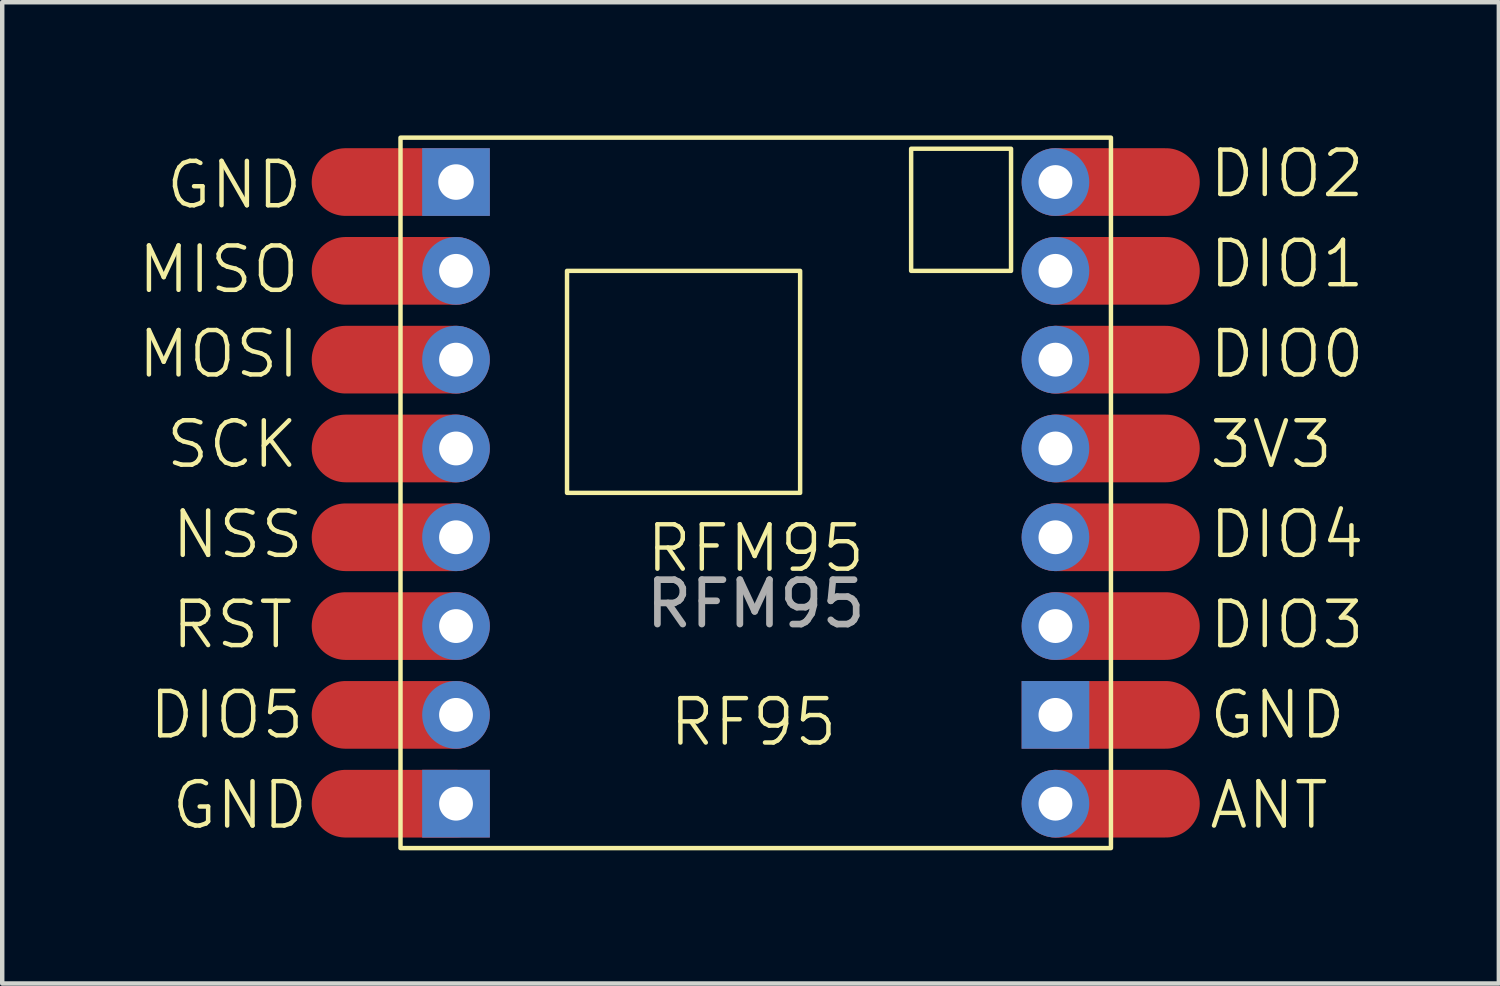
<source format=kicad_pcb>
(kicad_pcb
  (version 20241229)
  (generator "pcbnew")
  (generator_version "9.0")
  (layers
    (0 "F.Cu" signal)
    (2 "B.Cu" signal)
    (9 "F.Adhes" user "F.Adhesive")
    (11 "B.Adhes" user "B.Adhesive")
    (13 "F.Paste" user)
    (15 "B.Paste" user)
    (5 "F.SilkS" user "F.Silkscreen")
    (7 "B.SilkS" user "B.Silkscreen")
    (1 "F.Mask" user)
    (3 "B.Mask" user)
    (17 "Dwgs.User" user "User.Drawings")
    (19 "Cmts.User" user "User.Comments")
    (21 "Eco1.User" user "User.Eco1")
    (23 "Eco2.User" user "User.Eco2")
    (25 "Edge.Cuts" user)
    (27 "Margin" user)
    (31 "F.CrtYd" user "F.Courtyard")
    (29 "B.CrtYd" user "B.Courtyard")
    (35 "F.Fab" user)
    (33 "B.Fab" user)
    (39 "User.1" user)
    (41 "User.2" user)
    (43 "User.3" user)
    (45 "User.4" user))
  (footprint "RFM95"
    (layer "F.Cu")
    (at 13.97 8.05)
    (property "Reference" "RFM95" (at 0 1.25 0) (unlocked yes) (layer "F.SilkS") (effects (font (size 1 1) (thickness 0.1))))
    (attr through_hole)
    (fp_rect (start -8 -8) (end 8 8) (stroke (width 0.1) (type default)) (fill no) (layer "F.SilkS"))
    (fp_rect (start -4.25 -5) (end 1 0) (stroke (width 0.1) (type default)) (fill no) (layer "F.SilkS"))
    (fp_rect (start 3.5 -7.75) (end 5.75 -5) (stroke (width 0.1) (type default)) (fill no) (layer "F.SilkS"))
    (fp_text user "MISO" (at -13.97 -4.445 0) (unlocked yes) (layer "F.SilkS") (effects (font (size 1 1) (thickness 0.1)) (justify left bottom)))
    (fp_text user "RF95" (at -2 5.75 0) (unlocked yes) (layer "F.SilkS") (effects (font (size 1 1) (thickness 0.1)) (justify left bottom)))
    (fp_text user "DIO1" (at 10.16 -4.572 0) (unlocked yes) (layer "F.SilkS") (effects (font (size 1 1) (thickness 0.1)) (justify left bottom)))
    (fp_text user "GND" (at -13.335 -6.35 0) (unlocked yes) (layer "F.SilkS") (effects (font (size 1 1) (thickness 0.1)) (justify left bottom)))
    (fp_text user "MOSI" (at -13.97 -2.54 0) (unlocked yes) (layer "F.SilkS") (effects (font (size 1 1) (thickness 0.1)) (justify left bottom)))
    (fp_text user "NSS" (at -13.208 1.524 0) (unlocked yes) (layer "F.SilkS") (effects (font (size 1 1) (thickness 0.1)) (justify left bottom)))
    (fp_text user "DIO2" (at 10.16 -6.604 0) (unlocked yes) (layer "F.SilkS") (effects (font (size 1 1) (thickness 0.1)) (justify left bottom)))
    (fp_text user "GND" (at -13.208 7.62 0) (unlocked yes) (layer "F.SilkS") (effects (font (size 1 1) (thickness 0.1)) (justify left bottom)))
    (fp_text user "GND" (at 10.16 5.588 0) (unlocked yes) (layer "F.SilkS") (effects (font (size 1 1) (thickness 0.1)) (justify left bottom)))
    (fp_text user "DIO0" (at 10.16 -2.54 0) (unlocked yes) (layer "F.SilkS") (effects (font (size 1 1) (thickness 0.1)) (justify left bottom)))
    (fp_text user "DIO4" (at 10.16 1.524 0) (unlocked yes) (layer "F.SilkS") (effects (font (size 1 1) (thickness 0.1)) (justify left bottom)))
    (fp_text user "RST" (at -13.208 3.556 0) (unlocked yes) (layer "F.SilkS") (effects (font (size 1 1) (thickness 0.1)) (justify left bottom)))
    (fp_text user "3V3" (at 10.16 -0.508 0) (unlocked yes) (layer "F.SilkS") (effects (font (size 1 1) (thickness 0.1)) (justify left bottom)))
    (fp_text user "SCK" (at -13.335 -0.508 0) (unlocked yes) (layer "F.SilkS") (effects (font (size 1 1) (thickness 0.1)) (justify left bottom)))
    (fp_text user "DIO3" (at 10.16 3.556 0) (unlocked yes) (layer "F.SilkS") (effects (font (size 1 1) (thickness 0.1)) (justify left bottom)))
    (fp_text user "ANT" (at 10.16 7.62 0) (unlocked yes) (layer "F.SilkS") (effects (font (size 1 1) (thickness 0.1)) (justify left bottom)))
    (fp_text user "DIO5" (at -13.716 5.588 0) (unlocked yes) (layer "F.SilkS") (effects (font (size 1 1) (thickness 0.1)) (justify left bottom)))
    (fp_text user "${REFERENCE}" (at 0 2.5 0) (unlocked yes) (layer "F.Fab") (effects (font (size 1 1) (thickness 0.15))))
    (pad "1" connect oval (at -8 -7) (size 4 1.524) (layers "F.Cu" "F.Mask"))
    (pad "1" thru_hole rect (at -6.75 -7) (size 1.524 1.524) (drill 0.8) (layers "*.Cu" "*.Mask"))
    (pad "2" connect oval (at -8 -5) (size 4 1.524) (layers "F.Cu" "F.Mask"))
    (pad "2" thru_hole circle (at -6.75 -5) (size 1.524 1.524) (drill 0.762) (layers "*.Cu" "*.Mask"))
    (pad "3" connect oval (at -8 -3) (size 4 1.524) (layers "F.Cu" "F.Mask"))
    (pad "3" thru_hole circle (at -6.75 -3) (size 1.524 1.524) (drill 0.762) (layers "*.Cu" "*.Mask"))
    (pad "4" connect oval (at -8 -1) (size 4 1.524) (layers "F.Cu" "F.Mask"))
    (pad "4" thru_hole circle (at -6.75 -1) (size 1.524 1.524) (drill 0.762) (layers "*.Cu" "*.Mask"))
    (pad "5" connect oval (at -8 1) (size 4 1.524) (layers "F.Cu" "F.Mask"))
    (pad "5" thru_hole circle (at -6.75 1) (size 1.524 1.524) (drill 0.762) (layers "*.Cu" "*.Mask"))
    (pad "6" connect oval (at -8 3) (size 4 1.524) (layers "F.Cu" "F.Mask"))
    (pad "6" thru_hole circle (at -6.75 3) (size 1.524 1.524) (drill 0.762) (layers "*.Cu" "*.Mask"))
    (pad "7" connect oval (at -8 5) (size 4 1.524) (layers "F.Cu" "F.Mask"))
    (pad "7" thru_hole circle (at -6.75 5) (size 1.524 1.524) (drill 0.762) (layers "*.Cu" "*.Mask"))
    (pad "8" connect oval (at -8 7) (size 4 1.524) (layers "F.Cu" "F.Mask"))
    (pad "8" thru_hole rect (at -6.75 7) (size 1.524 1.524) (drill 0.762) (layers "*.Cu" "*.Mask"))
    (pad "9" thru_hole circle (at 6.75 7) (size 1.524 1.524) (drill 0.762) (layers "*.Cu" "*.Mask"))
    (pad "9" connect oval (at 8 7) (size 4 1.524) (layers "F.Cu" "F.Mask"))
    (pad "10" thru_hole rect (at 6.75 5) (size 1.524 1.524) (drill 0.762) (layers "*.Cu" "*.Mask"))
    (pad "10" connect oval (at 8 5) (size 4 1.524) (layers "F.Cu" "F.Mask"))
    (pad "11" thru_hole circle (at 6.75 3) (size 1.524 1.524) (drill 0.762) (layers "*.Cu" "*.Mask"))
    (pad "11" connect oval (at 8 3) (size 4 1.524) (layers "F.Cu" "F.Mask"))
    (pad "12" thru_hole circle (at 6.75 1) (size 1.524 1.524) (drill 0.762) (layers "*.Cu" "*.Mask"))
    (pad "12" connect oval (at 8 1) (size 4 1.524) (layers "F.Cu" "F.Mask"))
    (pad "13" thru_hole circle (at 6.75 -1) (size 1.524 1.524) (drill 0.762) (layers "*.Cu" "*.Mask"))
    (pad "13" connect oval (at 8 -1) (size 4 1.524) (layers "F.Cu" "F.Mask"))
    (pad "14" thru_hole circle (at 6.75 -3) (size 1.524 1.524) (drill 0.762) (layers "*.Cu" "*.Mask"))
    (pad "14" connect oval (at 8 -3) (size 4 1.524) (layers "F.Cu" "F.Mask"))
    (pad "15" thru_hole circle (at 6.75 -5) (size 1.524 1.524) (drill 0.762) (layers "*.Cu" "*.Mask"))
    (pad "15" connect oval (at 8 -5) (size 4 1.524) (layers "F.Cu" "F.Mask"))
    (pad "16" thru_hole circle (at 6.75 -7) (size 1.524 1.524) (drill 0.762) (layers "*.Cu" "*.Mask"))
    (pad "16" connect oval (at 8 -7) (size 4 1.524) (layers "F.Cu" "F.Mask")))
  (gr_rect
    (start -3 -3)
    (end 30.706 19.1)
    (stroke (width 0.1) (type default))
    (fill no)
    (layer "Edge.Cuts")))
</source>
